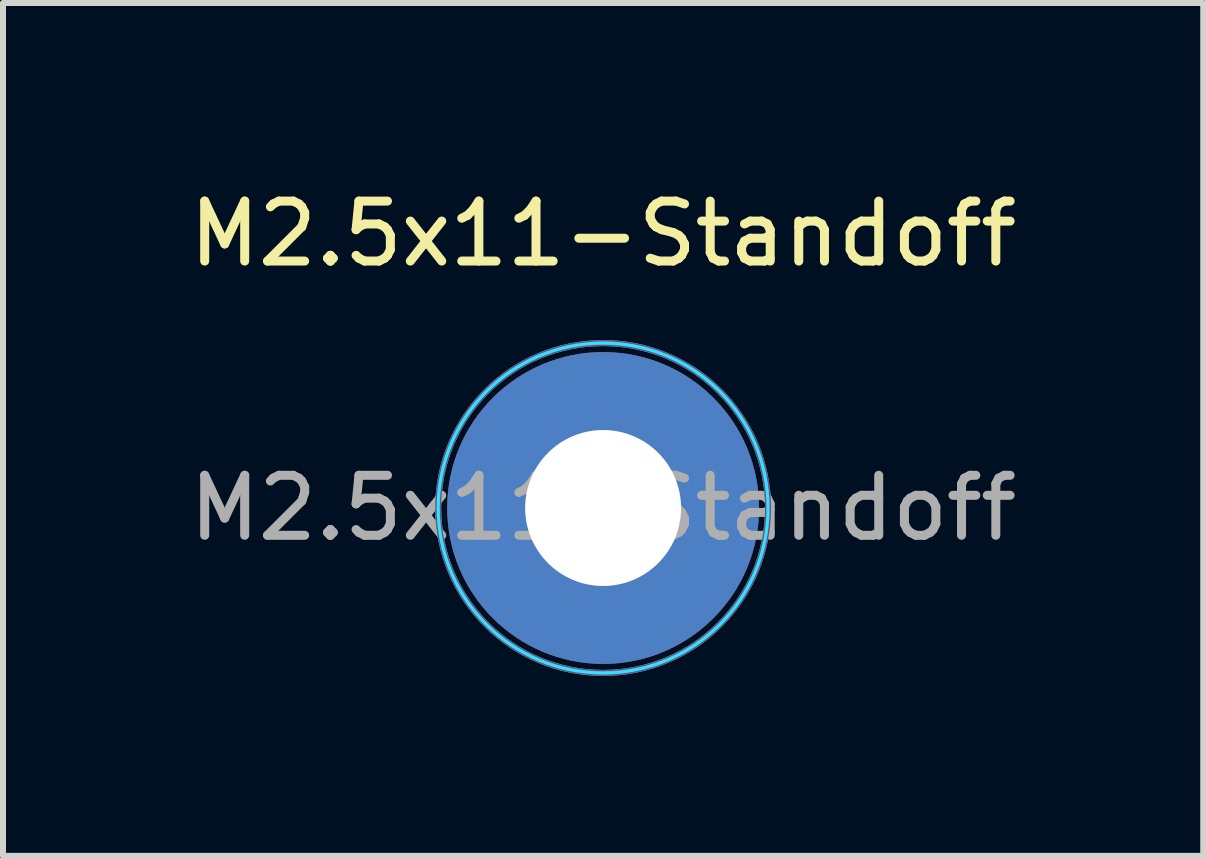
<source format=kicad_pcb>
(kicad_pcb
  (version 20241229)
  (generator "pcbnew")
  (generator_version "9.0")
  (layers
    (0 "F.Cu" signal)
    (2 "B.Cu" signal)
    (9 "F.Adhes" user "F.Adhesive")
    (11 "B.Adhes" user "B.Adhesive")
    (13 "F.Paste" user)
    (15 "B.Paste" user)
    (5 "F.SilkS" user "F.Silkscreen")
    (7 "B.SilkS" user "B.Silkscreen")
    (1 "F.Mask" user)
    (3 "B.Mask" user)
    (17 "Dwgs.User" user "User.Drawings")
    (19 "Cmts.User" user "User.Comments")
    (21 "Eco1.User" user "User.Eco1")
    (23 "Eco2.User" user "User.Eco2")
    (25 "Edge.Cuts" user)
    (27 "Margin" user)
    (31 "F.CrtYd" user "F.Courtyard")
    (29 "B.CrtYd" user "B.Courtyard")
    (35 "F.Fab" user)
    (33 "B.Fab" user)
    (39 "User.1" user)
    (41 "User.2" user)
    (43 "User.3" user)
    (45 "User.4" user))
  (footprint "M2.5x11-Standoff"
    (layer "F.Cu")
    (at 7.006 5.42)
    (property "Reference" "M2.5x11-Standoff" (at 0 -4.572 0) (unlocked yes) (layer "F.SilkS") (effects (font (size 1 1) (thickness 0.15))))
    (attr exclude_from_pos_files exclude_from_bom)
    (fp_circle (center 0 0) (end 2.75 0) (stroke (width 0.05) (type solid)) (fill no) (layer "B.CrtYd"))
    (fp_circle (center 0 0) (end 2.75 0) (stroke (width 0.05) (type solid)) (fill no) (layer "F.CrtYd"))
    (fp_circle (center 0 0) (end 2.75 0) (stroke (width 0.1) (type solid)) (fill no) (layer "B.Fab"))
    (fp_circle (center 0 0) (end 2.75 0) (stroke (width 0.1) (type solid)) (fill no) (layer "F.Fab"))
    (fp_text user "${REFERENCE}" (at 0 0 0) (unlocked yes) (layer "F.Fab") (effects (font (size 1 1) (thickness 0.15))))
    (pad "1" thru_hole circle (at 0 0) (size 5.2 5.2) (drill 2.6) (layers "*.Cu" "*.Mask")))
  (gr_rect
    (start -3 -3)
    (end 17.012 11.22)
    (stroke (width 0.1) (type default))
    (fill no)
    (layer "Edge.Cuts")))
</source>
